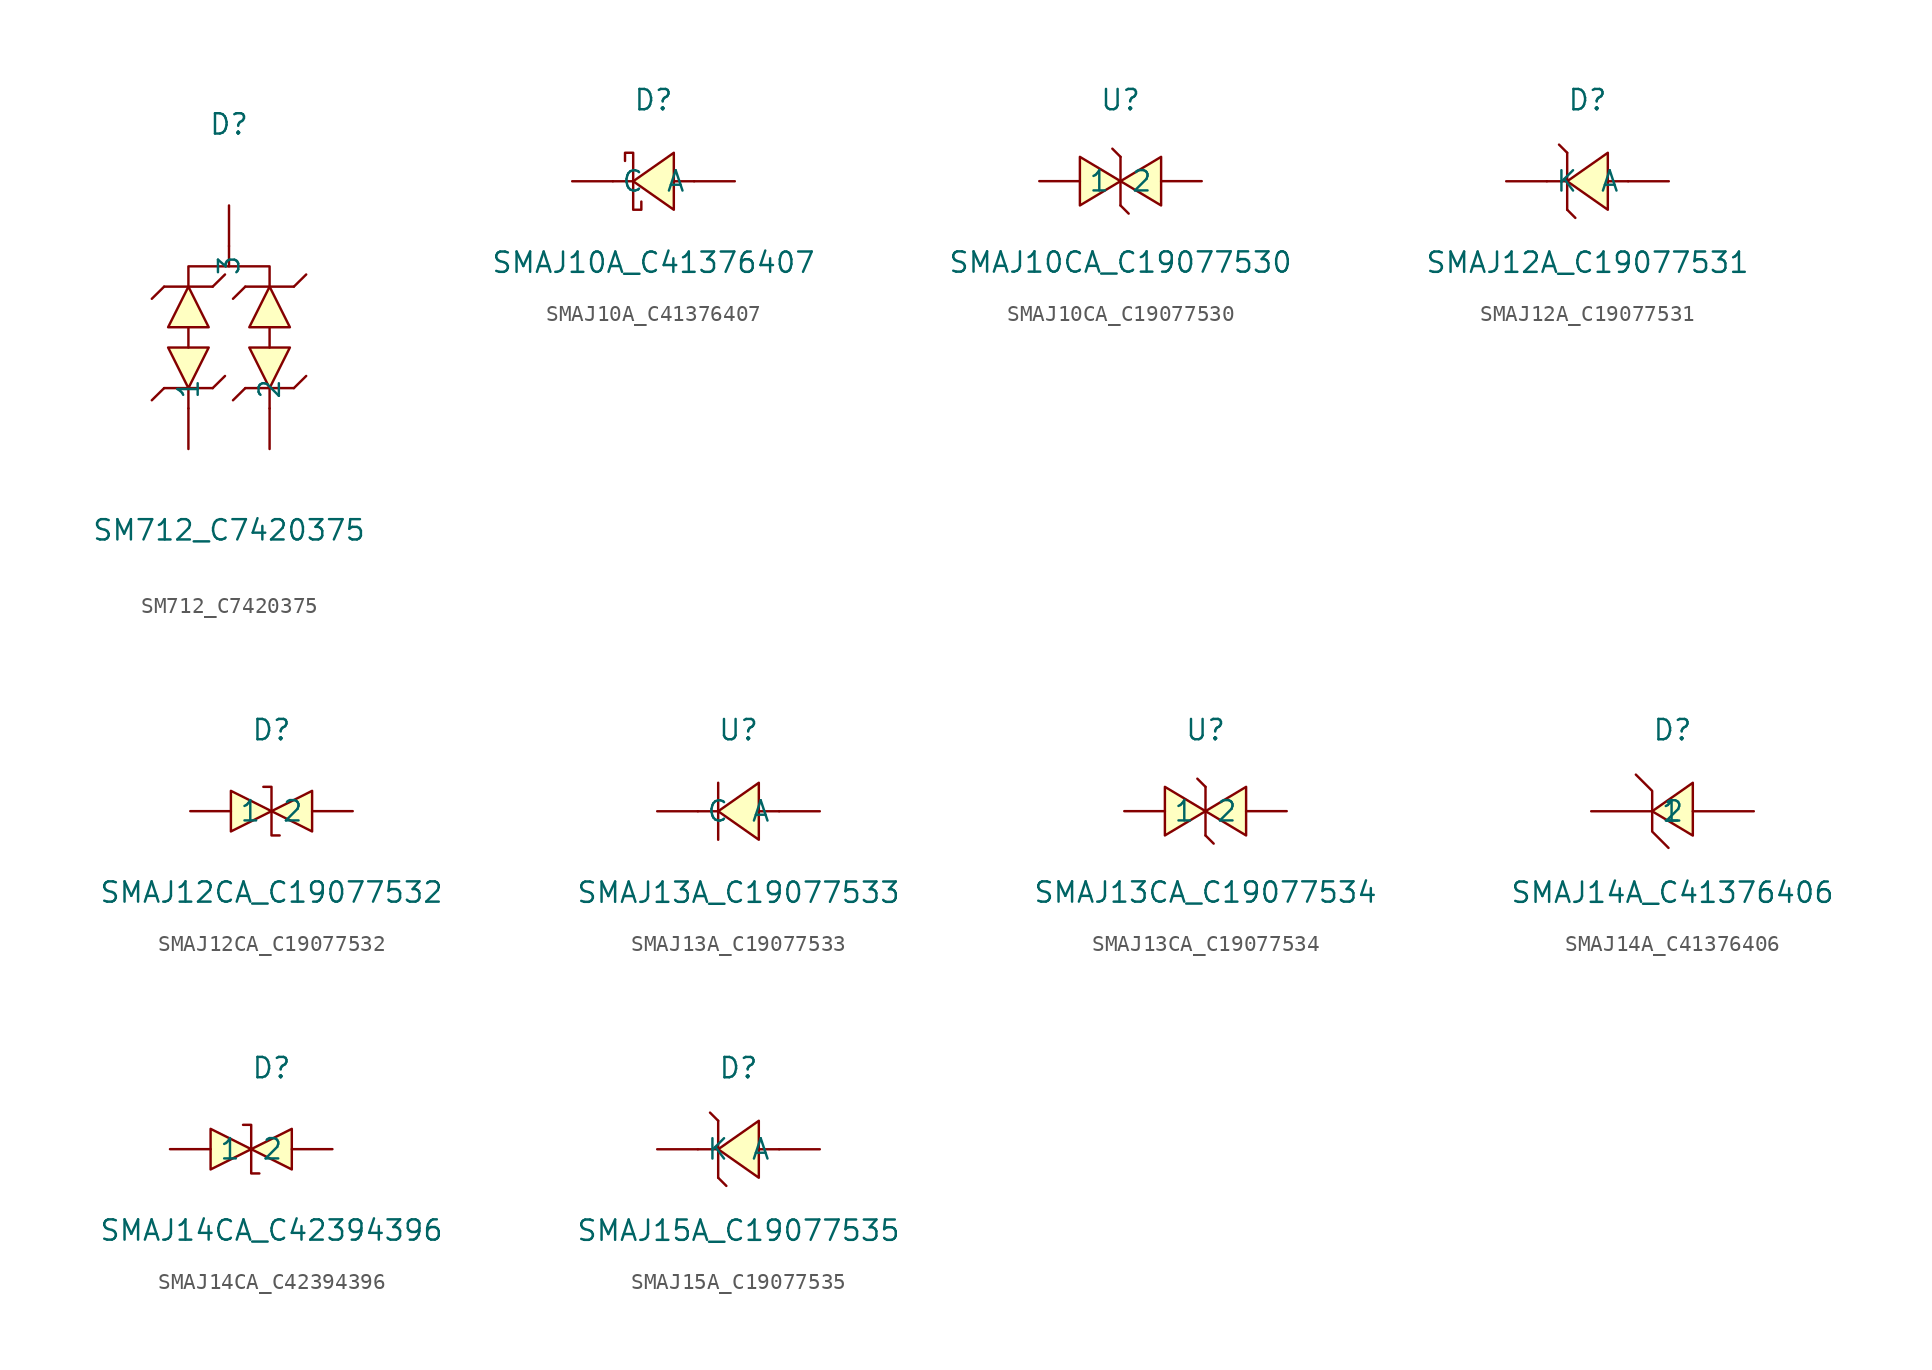
<source format=kicad_sym>
(kicad_symbol_lib
  (version 20241209)
  (generator "kicad_symbol_editor")
  (generator_version "9.0")
  (symbol "SM712_C7420375"
    (pin_numbers
      (hide yes))
    (property "Reference" "D"
      (at 0 12.7 0)
      (effects (font (size 1.27 1.27))))
    (property "Value" "SM712_C7420375"
      (at 0 -12.7 0)
      (effects (font (size 1.27 1.27))))
    (symbol "SM712_C7420375_0_1"
      (polyline (pts (xy -4.83 -4.57) (xy -4.06 -3.81)) (stroke (width 0) (type default)) (fill (type none)))
      (polyline (pts (xy -4.06 2.54) (xy -4.83 1.78)) (stroke (width 0) (type default)) (fill (type none)))
      (polyline (pts (xy -4.06 2.54) (xy -1.02 2.54)) (stroke (width 0) (type default)) (fill (type none)))
      (polyline (pts (xy -3.81 0) (xy -2.54 2.54) (xy -1.27 0) (xy -3.81 0)) (stroke (width 0) (type default)) (fill (type background)))
      (polyline (pts (xy -2.54 2.54) (xy -2.54 3.81) (xy 2.54 3.81) (xy 2.54 2.54)) (stroke (width 0) (type default)) (fill (type none)))
      (polyline (pts (xy -2.54 0) (xy -2.54 -1.27)) (stroke (width 0) (type default)) (fill (type none)))
      (polyline (pts (xy -2.54 -3.81) (xy -2.54 -5.08)) (stroke (width 0) (type default)) (fill (type none)))
      (polyline (pts (xy -1.27 -1.27) (xy -2.54 -3.81) (xy -3.81 -1.27) (xy -1.27 -1.27)) (stroke (width 0) (type default)) (fill (type background)))
      (polyline (pts (xy -1.02 -3.81) (xy -4.06 -3.81)) (stroke (width 0) (type default)) (fill (type none)))
      (polyline (pts (xy -1.02 -3.81) (xy -0.25 -3.05)) (stroke (width 0) (type default)) (fill (type none)))
      (polyline (pts (xy -0.25 3.3) (xy -1.02 2.54)) (stroke (width 0) (type default)) (fill (type none)))
      (polyline (pts (xy 0 5.08) (xy 0 3.81)) (stroke (width 0) (type default)) (fill (type none)))
      (polyline (pts (xy 0.25 -4.57) (xy 1.02 -3.81)) (stroke (width 0) (type default)) (fill (type none)))
      (polyline (pts (xy 1.02 2.54) (xy 0.25 1.78)) (stroke (width 0) (type default)) (fill (type none)))
      (polyline (pts (xy 1.02 2.54) (xy 4.06 2.54)) (stroke (width 0) (type default)) (fill (type none)))
      (polyline (pts (xy 1.27 0) (xy 2.54 2.54) (xy 3.81 0) (xy 1.27 0)) (stroke (width 0) (type default)) (fill (type background)))
      (polyline (pts (xy 2.54 0) (xy 2.54 -1.27)) (stroke (width 0) (type default)) (fill (type none)))
      (polyline (pts (xy 2.54 -3.81) (xy 2.54 -5.08)) (stroke (width 0) (type default)) (fill (type none)))
      (polyline (pts (xy 3.81 -1.27) (xy 2.54 -3.81) (xy 1.27 -1.27) (xy 3.81 -1.27)) (stroke (width 0) (type default)) (fill (type background)))
      (polyline (pts (xy 4.06 -3.81) (xy 1.02 -3.81)) (stroke (width 0) (type default)) (fill (type none)))
      (polyline (pts (xy 4.06 -3.81) (xy 4.83 -3.05)) (stroke (width 0) (type default)) (fill (type none)))
      (polyline (pts (xy 4.83 3.3) (xy 4.06 2.54)) (stroke (width 0) (type default)) (fill (type none)))
      (pin unspecified line (at -2.54 -7.62 90) (length 2.54) (name "1" (effects (font (size 1.27 1.27)))) (number "1" (effects (font (size 1.27 1.27)))))
      (pin unspecified line (at 0 7.62 270) (length 2.54) (name "3" (effects (font (size 1.27 1.27)))) (number "3" (effects (font (size 1.27 1.27)))))
      (pin unspecified line (at 2.54 -7.62 90) (length 2.54) (name "2" (effects (font (size 1.27 1.27)))) (number "2" (effects (font (size 1.27 1.27)))))))
  (symbol "SMAJ10A_C41376407"
    (pin_numbers
      (hide yes))
    (property "Reference" "D"
      (at 0 5.08 0)
      (effects (font (size 1.27 1.27))))
    (property "Value" "SMAJ10A_C41376407"
      (at 0 -5.08 0)
      (effects (font (size 1.27 1.27))))
    (symbol "SMAJ10A_C41376407_0_1"
      (polyline (pts (xy -1.78 1.27) (xy -1.78 1.78) (xy -1.27 1.78) (xy -1.27 -1.78) (xy -0.76 -1.78) (xy -0.76 -1.27)) (stroke (width 0) (type default)) (fill (type none)))
      (polyline (pts (xy -1.27 0) (xy -2.54 0)) (stroke (width 0) (type default)) (fill (type none)))
      (polyline (pts (xy 1.27 1.78) (xy -1.27 0) (xy 1.27 -1.78) (xy 1.27 1.78)) (stroke (width 0) (type default)) (fill (type background)))
      (polyline (pts (xy 2.54 0) (xy 1.27 0)) (stroke (width 0) (type default)) (fill (type none)))
      (pin unspecified line (at -5.08 0 0) (length 2.54) (name "C" (effects (font (size 1.27 1.27)))) (number "1" (effects (font (size 1.27 1.27)))))
      (pin unspecified line (at 5.08 0 180) (length 2.54) (name "A" (effects (font (size 1.27 1.27)))) (number "2" (effects (font (size 1.27 1.27)))))))
  (symbol "SMAJ10CA_C19077530"
    (pin_numbers
      (hide yes))
    (property "Reference" "U"
      (at 0 5.08 0)
      (effects (font (size 1.27 1.27))))
    (property "Value" "SMAJ10CA_C19077530"
      (at 0 -5.08 0)
      (effects (font (size 1.27 1.27))))
    (symbol "SMAJ10CA_C19077530_0_1"
      (polyline (pts (xy -2.54 1.52) (xy 0 0) (xy -2.54 -1.52) (xy -2.54 1.52)) (stroke (width 0) (type default)) (fill (type background)))
      (polyline (pts (xy 0 1.52) (xy -0.51 2.03) (xy 0 1.52)) (stroke (width 0) (type default)) (fill (type background)))
      (polyline (pts (xy 0 -1.52) (xy 0 1.52)) (stroke (width 0) (type default)) (fill (type none)))
      (polyline (pts (xy 0 -1.52) (xy 0.51 -2.03) (xy 0 -1.52)) (stroke (width 0) (type default)) (fill (type background)))
      (polyline (pts (xy 2.54 1.52) (xy 0 0) (xy 2.54 -1.52) (xy 2.54 1.52)) (stroke (width 0) (type default)) (fill (type background)))
      (pin unspecified line (at -5.08 0 0) (length 2.54) (name "1" (effects (font (size 1.27 1.27)))) (number "1" (effects (font (size 1.27 1.27)))))
      (pin unspecified line (at 5.08 0 180) (length 2.54) (name "2" (effects (font (size 1.27 1.27)))) (number "2" (effects (font (size 1.27 1.27)))))))
  (symbol "SMAJ12A_C19077531"
    (pin_numbers
      (hide yes))
    (property "Reference" "D"
      (at 0 5.08 0)
      (effects (font (size 1.27 1.27))))
    (property "Value" "SMAJ12A_C19077531"
      (at 0 -5.08 0)
      (effects (font (size 1.27 1.27))))
    (symbol "SMAJ12A_C19077531_0_1"
      (polyline (pts (xy -1.27 1.78) (xy -1.78 2.29)) (stroke (width 0) (type default)) (fill (type none)))
      (polyline (pts (xy -1.27 1.78) (xy -1.27 -1.78)) (stroke (width 0) (type default)) (fill (type none)))
      (polyline (pts (xy -1.27 0) (xy -2.54 0)) (stroke (width 0) (type default)) (fill (type none)))
      (polyline (pts (xy -1.27 -1.78) (xy -0.76 -2.29)) (stroke (width 0) (type default)) (fill (type none)))
      (polyline (pts (xy 1.27 1.78) (xy -1.27 0) (xy 1.27 -1.78) (xy 1.27 1.78)) (stroke (width 0) (type default)) (fill (type background)))
      (polyline (pts (xy 2.54 0) (xy 1.27 0)) (stroke (width 0) (type default)) (fill (type none)))
      (pin unspecified line (at -5.08 0 0) (length 2.54) (name "K" (effects (font (size 1.27 1.27)))) (number "1" (effects (font (size 1.27 1.27)))))
      (pin unspecified line (at 5.08 0 180) (length 2.54) (name "A" (effects (font (size 1.27 1.27)))) (number "2" (effects (font (size 1.27 1.27)))))))
  (symbol "SMAJ12CA_C19077532"
    (pin_numbers
      (hide yes))
    (property "Reference" "D"
      (at 0 5.08 0)
      (effects (font (size 1.27 1.27))))
    (property "Value" "SMAJ12CA_C19077532"
      (at 0 -5.08 0)
      (effects (font (size 1.27 1.27))))
    (symbol "SMAJ12CA_C19077532_0_1"
      (polyline (pts (xy -2.54 1.27) (xy 0 0) (xy -2.54 -1.27) (xy -2.54 1.27)) (stroke (width 0) (type default)) (fill (type background)))
      (polyline (pts (xy -0.51 1.52) (xy -0.51 1.52) (xy 0 1.52) (xy 0 -1.52) (xy 0.51 -1.52) (xy 0.51 -1.52)) (stroke (width 0) (type default)) (fill (type none)))
      (polyline (pts (xy 2.54 1.27) (xy 0 0) (xy 2.54 -1.27) (xy 2.54 1.27)) (stroke (width 0) (type default)) (fill (type background)))
      (pin unspecified line (at -5.08 0 0) (length 2.54) (name "1" (effects (font (size 1.27 1.27)))) (number "1" (effects (font (size 1.27 1.27)))))
      (pin unspecified line (at 5.08 0 180) (length 2.54) (name "2" (effects (font (size 1.27 1.27)))) (number "2" (effects (font (size 1.27 1.27)))))))
  (symbol "SMAJ13A_C19077533"
    (pin_numbers
      (hide yes))
    (property "Reference" "U"
      (at 0 5.08 0)
      (effects (font (size 1.27 1.27))))
    (property "Value" "SMAJ13A_C19077533"
      (at 0 -5.08 0)
      (effects (font (size 1.27 1.27))))
    (symbol "SMAJ13A_C19077533_0_1"
      (polyline (pts (xy -1.27 1.78) (xy -1.27 1.78) (xy -1.27 1.78) (xy -1.27 -1.78) (xy -1.27 -1.78) (xy -1.27 -1.78)) (stroke (width 0) (type default)) (fill (type none)))
      (polyline (pts (xy -1.27 0) (xy -2.54 0)) (stroke (width 0) (type default)) (fill (type none)))
      (polyline (pts (xy 1.27 1.78) (xy -1.27 0) (xy 1.27 -1.78) (xy 1.27 1.78)) (stroke (width 0) (type default)) (fill (type background)))
      (polyline (pts (xy 2.54 0) (xy 1.27 0)) (stroke (width 0) (type default)) (fill (type none)))
      (pin unspecified line (at -5.08 0 0) (length 2.54) (name "C" (effects (font (size 1.27 1.27)))) (number "1" (effects (font (size 1.27 1.27)))))
      (pin unspecified line (at 5.08 0 180) (length 2.54) (name "A" (effects (font (size 1.27 1.27)))) (number "2" (effects (font (size 1.27 1.27)))))))
  (symbol "SMAJ13CA_C19077534"
    (pin_numbers
      (hide yes))
    (property "Reference" "U"
      (at 0 5.08 0)
      (effects (font (size 1.27 1.27))))
    (property "Value" "SMAJ13CA_C19077534"
      (at 0 -5.08 0)
      (effects (font (size 1.27 1.27))))
    (symbol "SMAJ13CA_C19077534_0_1"
      (polyline (pts (xy -2.54 1.52) (xy 0 0) (xy -2.54 -1.52) (xy -2.54 1.52)) (stroke (width 0) (type default)) (fill (type background)))
      (polyline (pts (xy 0 1.52) (xy -0.51 2.03) (xy 0 1.52)) (stroke (width 0) (type default)) (fill (type background)))
      (polyline (pts (xy 0 -1.52) (xy 0 1.52)) (stroke (width 0) (type default)) (fill (type none)))
      (polyline (pts (xy 0 -1.52) (xy 0.51 -2.03) (xy 0 -1.52)) (stroke (width 0) (type default)) (fill (type background)))
      (polyline (pts (xy 2.54 1.52) (xy 0 0) (xy 2.54 -1.52) (xy 2.54 1.52)) (stroke (width 0) (type default)) (fill (type background)))
      (pin unspecified line (at -5.08 0 0) (length 2.54) (name "1" (effects (font (size 1.27 1.27)))) (number "1" (effects (font (size 1.27 1.27)))))
      (pin unspecified line (at 5.08 0 180) (length 2.54) (name "2" (effects (font (size 1.27 1.27)))) (number "2" (effects (font (size 1.27 1.27)))))))
  (symbol "SMAJ14A_C41376406"
    (pin_numbers
      (hide yes))
    (property "Reference" "D"
      (at 0 5.08 0)
      (effects (font (size 1.27 1.27))))
    (property "Value" "SMAJ14A_C41376406"
      (at 0 -5.08 0)
      (effects (font (size 1.27 1.27))))
    (symbol "SMAJ14A_C41376406_0_1"
      (polyline (pts (xy -2.29 2.29) (xy -1.27 1.27) (xy -1.27 -1.27) (xy -0.25 -2.29)) (stroke (width 0) (type default)) (fill (type none)))
      (polyline (pts (xy 1.27 -1.52) (xy -1.27 0) (xy 1.27 1.78) (xy 1.27 -1.52)) (stroke (width 0) (type default)) (fill (type background)))
      (pin unspecified line (at -5.08 0 0) (length 3.81) (name "1" (effects (font (size 1.27 1.27)))) (number "1" (effects (font (size 1.27 1.27)))))
      (pin unspecified line (at 5.08 0 180) (length 3.81) (name "2" (effects (font (size 1.27 1.27)))) (number "2" (effects (font (size 1.27 1.27)))))))
  (symbol "SMAJ14CA_C42394396"
    (pin_numbers
      (hide yes))
    (property "Reference" "D"
      (at 0 5.08 0)
      (effects (font (size 1.27 1.27))))
    (property "Value" "SMAJ14CA_C42394396"
      (at 0 -5.08 0)
      (effects (font (size 1.27 1.27))))
    (symbol "SMAJ14CA_C42394396_0_1"
      (polyline (pts (xy -3.81 1.27) (xy -1.27 0) (xy -3.81 -1.27) (xy -3.81 1.27)) (stroke (width 0) (type default)) (fill (type background)))
      (polyline (pts (xy -1.78 1.52) (xy -1.78 1.52) (xy -1.27 1.52) (xy -1.27 -1.52) (xy -0.76 -1.52) (xy -0.76 -1.52)) (stroke (width 0) (type default)) (fill (type none)))
      (polyline (pts (xy 1.27 1.27) (xy -1.27 0) (xy 1.27 -1.27) (xy 1.27 1.27)) (stroke (width 0) (type default)) (fill (type background)))
      (pin unspecified line (at -6.35 0 0) (length 2.54) (name "1" (effects (font (size 1.27 1.27)))) (number "1" (effects (font (size 1.27 1.27)))))
      (pin unspecified line (at 3.81 0 180) (length 2.54) (name "2" (effects (font (size 1.27 1.27)))) (number "2" (effects (font (size 1.27 1.27)))))))
  (symbol "SMAJ15A_C19077535"
    (pin_numbers
      (hide yes))
    (property "Reference" "D"
      (at 0 5.08 0)
      (effects (font (size 1.27 1.27))))
    (property "Value" "SMAJ15A_C19077535"
      (at 0 -5.08 0)
      (effects (font (size 1.27 1.27))))
    (symbol "SMAJ15A_C19077535_0_1"
      (polyline (pts (xy -1.27 1.78) (xy -1.78 2.29)) (stroke (width 0) (type default)) (fill (type none)))
      (polyline (pts (xy -1.27 1.78) (xy -1.27 -1.78)) (stroke (width 0) (type default)) (fill (type none)))
      (polyline (pts (xy -1.27 0) (xy -2.54 0)) (stroke (width 0) (type default)) (fill (type none)))
      (polyline (pts (xy -1.27 -1.78) (xy -0.76 -2.29)) (stroke (width 0) (type default)) (fill (type none)))
      (polyline (pts (xy 1.27 1.78) (xy -1.27 0) (xy 1.27 -1.78) (xy 1.27 1.78)) (stroke (width 0) (type default)) (fill (type background)))
      (polyline (pts (xy 2.54 0) (xy 1.27 0)) (stroke (width 0) (type default)) (fill (type none)))
      (pin unspecified line (at -5.08 0 0) (length 2.54) (name "K" (effects (font (size 1.27 1.27)))) (number "1" (effects (font (size 1.27 1.27)))))
      (pin unspecified line (at 5.08 0 180) (length 2.54) (name "A" (effects (font (size 1.27 1.27)))) (number "2" (effects (font (size 1.27 1.27))))))))
</source>
